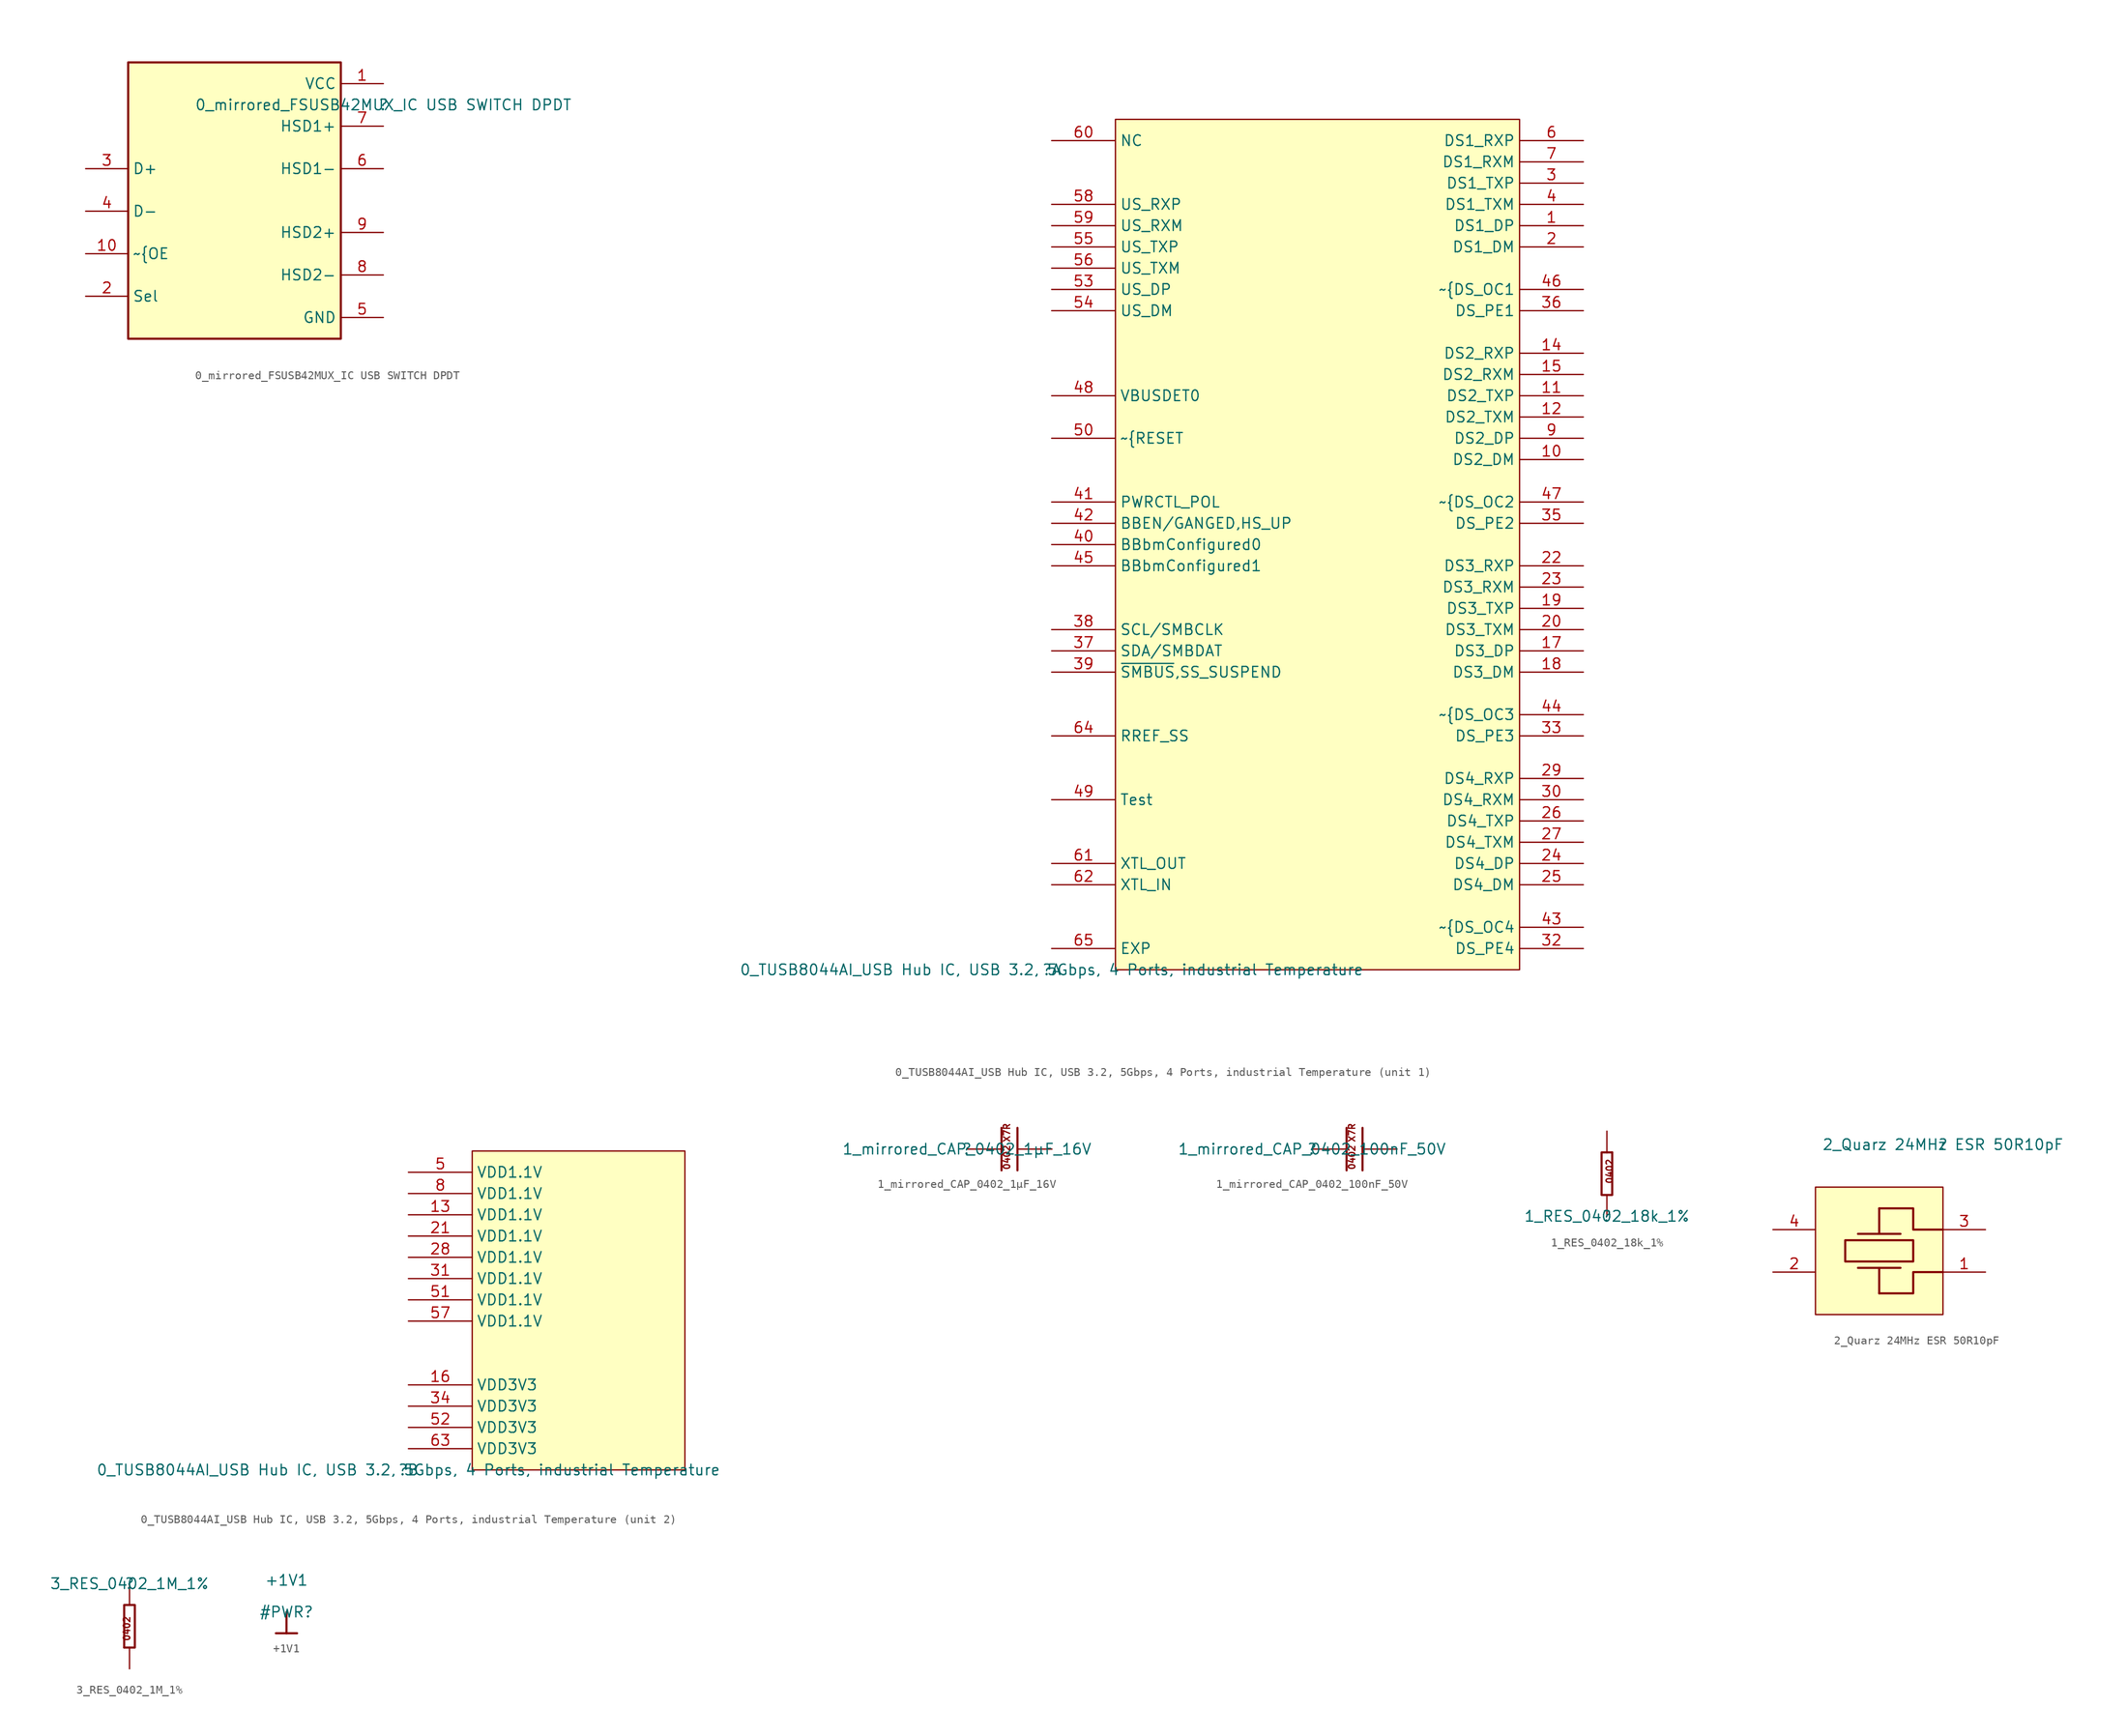
<source format=kicad_sym>
(kicad_symbol_lib
  (version 20211014)
  (generator kicad_symbol_editor)
  (symbol "0_mirrored_FSUSB42MUX_IC USB SWITCH DPDT"
    (property "Reference" ""
      (at 0 0 0)
      (effects (font (size 1.27 1.27))))
    (property "Value" "0_mirrored_FSUSB42MUX_IC USB SWITCH DPDT"
      (at 0 0 0)
      (effects (font (size 1.27 1.27))))
    (symbol "0_mirrored_FSUSB42MUX_IC USB SWITCH DPDT_1_0"
      (rectangle (start -5.08 5.08) (end -30.48 -27.94) (stroke (width 0.254) (type default) (color 0 0 0 0)) (fill (type background)))
      (pin power_in line (at 0 2.54 180) (length 5.08) (name "VCC" (effects (font (size 1.27 1.27)))) (number "1" (effects (font (size 1.27 1.27)))))
      (pin input line (at -35.56 -17.78 0) (length 5.08) (name "~{OE" (effects (font (size 1.27 1.27)))) (number "10" (effects (font (size 1.27 1.27)))))
      (pin input line (at -35.56 -22.86 0) (length 5.08) (name "Sel" (effects (font (size 1.27 1.27)))) (number "2" (effects (font (size 1.27 1.27)))))
      (pin bidirectional line (at -35.56 -7.62 0) (length 5.08) (name "D+" (effects (font (size 1.27 1.27)))) (number "3" (effects (font (size 1.27 1.27)))))
      (pin bidirectional line (at -35.56 -12.7 0) (length 5.08) (name "D-" (effects (font (size 1.27 1.27)))) (number "4" (effects (font (size 1.27 1.27)))))
      (pin power_in line (at 0 -25.4 180) (length 5.08) (name "GND" (effects (font (size 1.27 1.27)))) (number "5" (effects (font (size 1.27 1.27)))))
      (pin bidirectional line (at 0 -7.62 180) (length 5.08) (name "HSD1-" (effects (font (size 1.27 1.27)))) (number "6" (effects (font (size 1.27 1.27)))))
      (pin bidirectional line (at 0 -2.54 180) (length 5.08) (name "HSD1+" (effects (font (size 1.27 1.27)))) (number "7" (effects (font (size 1.27 1.27)))))
      (pin bidirectional line (at 0 -20.32 180) (length 5.08) (name "HSD2-" (effects (font (size 1.27 1.27)))) (number "8" (effects (font (size 1.27 1.27)))))
      (pin bidirectional line (at 0 -15.24 180) (length 5.08) (name "HSD2+" (effects (font (size 1.27 1.27)))) (number "9" (effects (font (size 1.27 1.27)))))))
  (symbol "0_TUSB8044AI_USB Hub IC, USB 3.2, 5Gbps, 4 Ports, industrial Temperature"
    (property "Reference" ""
      (at 0 0 0)
      (effects (font (size 1.27 1.27))))
    (property "Value" "0_TUSB8044AI_USB Hub IC, USB 3.2, 5Gbps, 4 Ports, industrial Temperature"
      (at 0 0 0)
      (effects (font (size 1.27 1.27))))
    (symbol "0_TUSB8044AI_USB Hub IC, USB 3.2, 5Gbps, 4 Ports, industrial Temperature_1_0"
      (rectangle (start 55.88 101.6) (end 7.62 0) (stroke (width 0) (type default) (color 0 0 0 0)) (fill (type background)))
      (pin passive line (at 63.5 88.9 180) (length 7.62) (name "DS1_DP" (effects (font (size 1.27 1.27)))) (number "1" (effects (font (size 1.27 1.27)))))
      (pin passive line (at 63.5 60.96 180) (length 7.62) (name "DS2_DM" (effects (font (size 1.27 1.27)))) (number "10" (effects (font (size 1.27 1.27)))))
      (pin passive line (at 63.5 68.58 180) (length 7.62) (name "DS2_TXP" (effects (font (size 1.27 1.27)))) (number "11" (effects (font (size 1.27 1.27)))))
      (pin passive line (at 63.5 66.04 180) (length 7.62) (name "DS2_TXM" (effects (font (size 1.27 1.27)))) (number "12" (effects (font (size 1.27 1.27)))))
      (pin passive line (at 63.5 73.66 180) (length 7.62) (name "DS2_RXP" (effects (font (size 1.27 1.27)))) (number "14" (effects (font (size 1.27 1.27)))))
      (pin passive line (at 63.5 71.12 180) (length 7.62) (name "DS2_RXM" (effects (font (size 1.27 1.27)))) (number "15" (effects (font (size 1.27 1.27)))))
      (pin passive line (at 63.5 38.1 180) (length 7.62) (name "DS3_DP" (effects (font (size 1.27 1.27)))) (number "17" (effects (font (size 1.27 1.27)))))
      (pin passive line (at 63.5 35.56 180) (length 7.62) (name "DS3_DM" (effects (font (size 1.27 1.27)))) (number "18" (effects (font (size 1.27 1.27)))))
      (pin passive line (at 63.5 43.18 180) (length 7.62) (name "DS3_TXP" (effects (font (size 1.27 1.27)))) (number "19" (effects (font (size 1.27 1.27)))))
      (pin passive line (at 63.5 86.36 180) (length 7.62) (name "DS1_DM" (effects (font (size 1.27 1.27)))) (number "2" (effects (font (size 1.27 1.27)))))
      (pin passive line (at 63.5 40.64 180) (length 7.62) (name "DS3_TXM" (effects (font (size 1.27 1.27)))) (number "20" (effects (font (size 1.27 1.27)))))
      (pin passive line (at 63.5 48.26 180) (length 7.62) (name "DS3_RXP" (effects (font (size 1.27 1.27)))) (number "22" (effects (font (size 1.27 1.27)))))
      (pin passive line (at 63.5 45.72 180) (length 7.62) (name "DS3_RXM" (effects (font (size 1.27 1.27)))) (number "23" (effects (font (size 1.27 1.27)))))
      (pin passive line (at 63.5 12.7 180) (length 7.62) (name "DS4_DP" (effects (font (size 1.27 1.27)))) (number "24" (effects (font (size 1.27 1.27)))))
      (pin passive line (at 63.5 10.16 180) (length 7.62) (name "DS4_DM" (effects (font (size 1.27 1.27)))) (number "25" (effects (font (size 1.27 1.27)))))
      (pin passive line (at 63.5 17.78 180) (length 7.62) (name "DS4_TXP" (effects (font (size 1.27 1.27)))) (number "26" (effects (font (size 1.27 1.27)))))
      (pin passive line (at 63.5 15.24 180) (length 7.62) (name "DS4_TXM" (effects (font (size 1.27 1.27)))) (number "27" (effects (font (size 1.27 1.27)))))
      (pin passive line (at 63.5 22.86 180) (length 7.62) (name "DS4_RXP" (effects (font (size 1.27 1.27)))) (number "29" (effects (font (size 1.27 1.27)))))
      (pin passive line (at 63.5 93.98 180) (length 7.62) (name "DS1_TXP" (effects (font (size 1.27 1.27)))) (number "3" (effects (font (size 1.27 1.27)))))
      (pin passive line (at 63.5 20.32 180) (length 7.62) (name "DS4_RXM" (effects (font (size 1.27 1.27)))) (number "30" (effects (font (size 1.27 1.27)))))
      (pin passive line (at 63.5 2.54 180) (length 7.62) (name "DS_PE4" (effects (font (size 1.27 1.27)))) (number "32" (effects (font (size 1.27 1.27)))))
      (pin passive line (at 63.5 27.94 180) (length 7.62) (name "DS_PE3" (effects (font (size 1.27 1.27)))) (number "33" (effects (font (size 1.27 1.27)))))
      (pin passive line (at 63.5 53.34 180) (length 7.62) (name "DS_PE2" (effects (font (size 1.27 1.27)))) (number "35" (effects (font (size 1.27 1.27)))))
      (pin passive line (at 63.5 78.74 180) (length 7.62) (name "DS_PE1" (effects (font (size 1.27 1.27)))) (number "36" (effects (font (size 1.27 1.27)))))
      (pin passive line (at 0 38.1 0) (length 7.62) (name "SDA/SMBDAT" (effects (font (size 1.27 1.27)))) (number "37" (effects (font (size 1.27 1.27)))))
      (pin passive line (at 0 40.64 0) (length 7.62) (name "SCL/SMBCLK" (effects (font (size 1.27 1.27)))) (number "38" (effects (font (size 1.27 1.27)))))
      (pin passive line (at 0 35.56 0) (length 7.62) (name "~{SMBUS},SS_SUSPEND" (effects (font (size 1.27 1.27)))) (number "39" (effects (font (size 1.27 1.27)))))
      (pin passive line (at 63.5 91.44 180) (length 7.62) (name "DS1_TXM" (effects (font (size 1.27 1.27)))) (number "4" (effects (font (size 1.27 1.27)))))
      (pin passive line (at 0 50.8 0) (length 7.62) (name "BBbmConfigured0" (effects (font (size 1.27 1.27)))) (number "40" (effects (font (size 1.27 1.27)))))
      (pin passive line (at 0 55.88 0) (length 7.62) (name "PWRCTL_POL" (effects (font (size 1.27 1.27)))) (number "41" (effects (font (size 1.27 1.27)))))
      (pin passive line (at 0 53.34 0) (length 7.62) (name "BBEN/GANGED,HS_UP" (effects (font (size 1.27 1.27)))) (number "42" (effects (font (size 1.27 1.27)))))
      (pin passive line (at 63.5 5.08 180) (length 7.62) (name "~{DS_OC4" (effects (font (size 1.27 1.27)))) (number "43" (effects (font (size 1.27 1.27)))))
      (pin passive line (at 63.5 30.48 180) (length 7.62) (name "~{DS_OC3" (effects (font (size 1.27 1.27)))) (number "44" (effects (font (size 1.27 1.27)))))
      (pin passive line (at 0 48.26 0) (length 7.62) (name "BBbmConfigured1" (effects (font (size 1.27 1.27)))) (number "45" (effects (font (size 1.27 1.27)))))
      (pin passive line (at 63.5 81.28 180) (length 7.62) (name "~{DS_OC1" (effects (font (size 1.27 1.27)))) (number "46" (effects (font (size 1.27 1.27)))))
      (pin passive line (at 63.5 55.88 180) (length 7.62) (name "~{DS_OC2" (effects (font (size 1.27 1.27)))) (number "47" (effects (font (size 1.27 1.27)))))
      (pin passive line (at 0 68.58 0) (length 7.62) (name "VBUSDET0" (effects (font (size 1.27 1.27)))) (number "48" (effects (font (size 1.27 1.27)))))
      (pin passive line (at 0 20.32 0) (length 7.62) (name "Test" (effects (font (size 1.27 1.27)))) (number "49" (effects (font (size 1.27 1.27)))))
      (pin passive line (at 0 63.5 0) (length 7.62) (name "~{RESET" (effects (font (size 1.27 1.27)))) (number "50" (effects (font (size 1.27 1.27)))))
      (pin passive line (at 0 81.28 0) (length 7.62) (name "US_DP" (effects (font (size 1.27 1.27)))) (number "53" (effects (font (size 1.27 1.27)))))
      (pin passive line (at 0 78.74 0) (length 7.62) (name "US_DM" (effects (font (size 1.27 1.27)))) (number "54" (effects (font (size 1.27 1.27)))))
      (pin passive line (at 0 86.36 0) (length 7.62) (name "US_TXP" (effects (font (size 1.27 1.27)))) (number "55" (effects (font (size 1.27 1.27)))))
      (pin passive line (at 0 83.82 0) (length 7.62) (name "US_TXM" (effects (font (size 1.27 1.27)))) (number "56" (effects (font (size 1.27 1.27)))))
      (pin passive line (at 0 91.44 0) (length 7.62) (name "US_RXP" (effects (font (size 1.27 1.27)))) (number "58" (effects (font (size 1.27 1.27)))))
      (pin passive line (at 0 88.9 0) (length 7.62) (name "US_RXM" (effects (font (size 1.27 1.27)))) (number "59" (effects (font (size 1.27 1.27)))))
      (pin passive line (at 63.5 99.06 180) (length 7.62) (name "DS1_RXP" (effects (font (size 1.27 1.27)))) (number "6" (effects (font (size 1.27 1.27)))))
      (pin passive line (at 0 99.06 0) (length 7.62) (name "NC" (effects (font (size 1.27 1.27)))) (number "60" (effects (font (size 1.27 1.27)))))
      (pin passive line (at 0 12.7 0) (length 7.62) (name "XTL_OUT" (effects (font (size 1.27 1.27)))) (number "61" (effects (font (size 1.27 1.27)))))
      (pin passive line (at 0 10.16 0) (length 7.62) (name "XTL_IN" (effects (font (size 1.27 1.27)))) (number "62" (effects (font (size 1.27 1.27)))))
      (pin passive line (at 0 27.94 0) (length 7.62) (name "RREF_SS" (effects (font (size 1.27 1.27)))) (number "64" (effects (font (size 1.27 1.27)))))
      (pin passive line (at 0 2.54 0) (length 7.62) (name "EXP" (effects (font (size 1.27 1.27)))) (number "65" (effects (font (size 1.27 1.27)))))
      (pin passive line (at 63.5 96.52 180) (length 7.62) (name "DS1_RXM" (effects (font (size 1.27 1.27)))) (number "7" (effects (font (size 1.27 1.27)))))
      (pin passive line (at 63.5 63.5 180) (length 7.62) (name "DS2_DP" (effects (font (size 1.27 1.27)))) (number "9" (effects (font (size 1.27 1.27))))))
    (symbol "0_TUSB8044AI_USB Hub IC, USB 3.2, 5Gbps, 4 Ports, industrial Temperature_2_0"
      (rectangle (start 33.02 38.1) (end 7.62 0) (stroke (width 0) (type default) (color 0 0 0 0)) (fill (type background)))
      (pin passive line (at 0 30.48 0) (length 7.62) (name "VDD1.1V" (effects (font (size 1.27 1.27)))) (number "13" (effects (font (size 1.27 1.27)))))
      (pin passive line (at 0 10.16 0) (length 7.62) (name "VDD3V3" (effects (font (size 1.27 1.27)))) (number "16" (effects (font (size 1.27 1.27)))))
      (pin passive line (at 0 27.94 0) (length 7.62) (name "VDD1.1V" (effects (font (size 1.27 1.27)))) (number "21" (effects (font (size 1.27 1.27)))))
      (pin passive line (at 0 25.4 0) (length 7.62) (name "VDD1.1V" (effects (font (size 1.27 1.27)))) (number "28" (effects (font (size 1.27 1.27)))))
      (pin passive line (at 0 22.86 0) (length 7.62) (name "VDD1.1V" (effects (font (size 1.27 1.27)))) (number "31" (effects (font (size 1.27 1.27)))))
      (pin passive line (at 0 7.62 0) (length 7.62) (name "VDD3V3" (effects (font (size 1.27 1.27)))) (number "34" (effects (font (size 1.27 1.27)))))
      (pin passive line (at 0 35.56 0) (length 7.62) (name "VDD1.1V" (effects (font (size 1.27 1.27)))) (number "5" (effects (font (size 1.27 1.27)))))
      (pin passive line (at 0 20.32 0) (length 7.62) (name "VDD1.1V" (effects (font (size 1.27 1.27)))) (number "51" (effects (font (size 1.27 1.27)))))
      (pin passive line (at 0 5.08 0) (length 7.62) (name "VDD3V3" (effects (font (size 1.27 1.27)))) (number "52" (effects (font (size 1.27 1.27)))))
      (pin passive line (at 0 17.78 0) (length 7.62) (name "VDD1.1V" (effects (font (size 1.27 1.27)))) (number "57" (effects (font (size 1.27 1.27)))))
      (pin passive line (at 0 2.54 0) (length 7.62) (name "VDD3V3" (effects (font (size 1.27 1.27)))) (number "63" (effects (font (size 1.27 1.27)))))
      (pin passive line (at 0 33.02 0) (length 7.62) (name "VDD1.1V" (effects (font (size 1.27 1.27)))) (number "8" (effects (font (size 1.27 1.27)))))))
  (symbol "1_mirrored_CAP_0402_1µF_16V"
    (property "Reference" ""
      (at 0 0 0)
      (effects (font (size 1.27 1.27))))
    (property "Value" "1_mirrored_CAP_0402_1µF_16V"
      (at 0 0 0)
      (effects (font (size 1.27 1.27))))
    (symbol "1_mirrored_CAP_0402_1µF_16V_1_0"
      (polyline (pts (xy 4.128 -2.54) (xy 4.128 2.54)) (stroke (width 0.254) (type default) (color 0 0 0 0)) (fill (type none)))
      (polyline (pts (xy 6.033 -2.54) (xy 6.033 2.54)) (stroke (width 0.254) (type default) (color 0 0 0 0)) (fill (type none)))
      (text "0402" (at 4.318 -2.54 900) (effects (font (size 0.762 0.762)) (justify left top)))
      (text "X7R" (at 4.318 0.762 900) (effects (font (size 0.762 0.762)) (justify left top)))
      (pin passive line (at 10.16 0 180) (length 4.064) (name "1" (effects (font (size 0 0)))) (number "1" (effects (font (size 0 0)))))
      (pin passive line (at 0 0 0) (length 4.064) (name "2" (effects (font (size 0 0)))) (number "2" (effects (font (size 0 0)))))))
  (symbol "1_mirrored_CAP_0402_100nF_50V"
    (property "Reference" ""
      (at 0 0 0)
      (effects (font (size 1.27 1.27))))
    (property "Value" "1_mirrored_CAP_0402_100nF_50V"
      (at 0 0 0)
      (effects (font (size 1.27 1.27))))
    (symbol "1_mirrored_CAP_0402_100nF_50V_1_0"
      (polyline (pts (xy 4.128 -2.54) (xy 4.128 2.54)) (stroke (width 0.254) (type default) (color 0 0 0 0)) (fill (type none)))
      (polyline (pts (xy 6.033 -2.54) (xy 6.033 2.54)) (stroke (width 0.254) (type default) (color 0 0 0 0)) (fill (type none)))
      (text "0402" (at 4.318 -2.54 900) (effects (font (size 0.762 0.762)) (justify left top)))
      (text "X7R" (at 4.318 0.762 900) (effects (font (size 0.762 0.762)) (justify left top)))
      (pin passive line (at 10.16 0 180) (length 4.064) (name "1" (effects (font (size 0 0)))) (number "1" (effects (font (size 0 0)))))
      (pin passive line (at 0 0 0) (length 4.064) (name "2" (effects (font (size 0 0)))) (number "2" (effects (font (size 0 0)))))))
  (symbol "1_RES_0402_18k_1%"
    (property "Reference" ""
      (at 0 0 0)
      (effects (font (size 1.27 1.27))))
    (property "Value" "1_RES_0402_18k_1%"
      (at 0 0 0)
      (effects (font (size 1.27 1.27))))
    (symbol "1_RES_0402_18k_1%_1_0"
      (polyline (pts (xy 0.635 7.62) (xy 0 7.62)) (stroke (width 0.254) (type default) (color 0 0 0 0)) (fill (type none)))
      (polyline (pts (xy 0 7.62) (xy -0.635 7.62) (xy -0.635 2.54) (xy 0.635 2.54) (xy 0.635 7.62)) (stroke (width 0.254) (type default) (color 0 0 0 0)) (fill (type none)))
      (text "0402" (at 0.762 3.81 900) (effects (font (size 0.762 0.762)) (justify left bottom)))
      (pin passive line (at 0 0 90) (length 2.54) (name "1" (effects (font (size 0 0)))) (number "1" (effects (font (size 0 0)))))
      (pin passive line (at 0 10.16 270) (length 2.54) (name "2" (effects (font (size 0 0)))) (number "2" (effects (font (size 0 0)))))))
  (symbol "2_Quarz 24MHz ESR 50R10pF"
    (property "Reference" ""
      (at 0 0 0)
      (effects (font (size 1.27 1.27))))
    (property "Value" "2_Quarz 24MHz ESR 50R10pF"
      (at 0 0 0)
      (effects (font (size 1.27 1.27))))
    (symbol "2_Quarz 24MHz ESR 50R10pF_1_0"
      (rectangle (start 0 -5.08) (end -15.24 -20.32) (stroke (width 0) (type default) (color 0 0 0 0)) (fill (type background)))
      (polyline (pts (xy -10.16 -14.732) (xy -7.62 -14.732)) (stroke (width 0.254) (type default) (color 0 0 0 0)) (fill (type none)))
      (polyline (pts (xy -10.16 -10.668) (xy -7.62 -10.668)) (stroke (width 0.254) (type default) (color 0 0 0 0)) (fill (type none)))
      (polyline (pts (xy -7.62 -17.78) (xy -7.62 -14.732)) (stroke (width 0.254) (type default) (color 0 0 0 0)) (fill (type none)))
      (polyline (pts (xy -7.62 -14.732) (xy -5.08 -14.732)) (stroke (width 0.254) (type default) (color 0 0 0 0)) (fill (type none)))
      (polyline (pts (xy -7.62 -10.668) (xy -5.08 -10.668)) (stroke (width 0.254) (type default) (color 0 0 0 0)) (fill (type none)))
      (polyline (pts (xy -7.62 -7.62) (xy -7.62 -10.668)) (stroke (width 0.254) (type default) (color 0 0 0 0)) (fill (type none)))
      (polyline (pts (xy 0 -15.24) (xy -3.556 -15.24) (xy -3.556 -17.78) (xy -7.62 -17.78)) (stroke (width 0.254) (type default) (color 0 0 0 0)) (fill (type none)))
      (polyline (pts (xy 0 -10.16) (xy -3.556 -10.16) (xy -3.556 -7.62) (xy -7.62 -7.62)) (stroke (width 0.254) (type default) (color 0 0 0 0)) (fill (type none)))
      (polyline (pts (xy -3.556 -11.43) (xy -3.556 -13.97) (xy -11.684 -13.97) (xy -11.684 -11.43) (xy -3.556 -11.43)) (stroke (width 0.254) (type default) (color 0 0 0 0)) (fill (type none)))
      (pin passive line (at 5.08 -15.24 180) (length 5.08) (name "1" (effects (font (size 0 0)))) (number "1" (effects (font (size 1.27 1.27)))))
      (pin passive line (at -20.32 -15.24 0) (length 5.08) (name "2" (effects (font (size 0 0)))) (number "2" (effects (font (size 1.27 1.27)))))
      (pin passive line (at 5.08 -10.16 180) (length 5.08) (name "3" (effects (font (size 0 0)))) (number "3" (effects (font (size 1.27 1.27)))))
      (pin passive line (at -20.32 -10.16 0) (length 5.08) (name "4" (effects (font (size 0 0)))) (number "4" (effects (font (size 1.27 1.27)))))))
  (symbol "3_RES_0402_1M_1%"
    (property "Reference" ""
      (at 0 0 0)
      (effects (font (size 1.27 1.27))))
    (property "Value" "3_RES_0402_1M_1%"
      (at 0 0 0)
      (effects (font (size 1.27 1.27))))
    (symbol "3_RES_0402_1M_1%_1_0"
      (polyline (pts (xy -0.635 -7.62) (xy 0 -7.62)) (stroke (width 0.254) (type default) (color 0 0 0 0)) (fill (type none)))
      (polyline (pts (xy 0 -7.62) (xy 0.635 -7.62) (xy 0.635 -2.54) (xy -0.635 -2.54) (xy -0.635 -7.62)) (stroke (width 0.254) (type default) (color 0 0 0 0)) (fill (type none)))
      (text "0402" (at -0.762 -3.81 900) (effects (font (size 0.762 0.762)) (justify right top)))
      (pin passive line (at 0 0 270) (length 2.54) (name "1" (effects (font (size 0 0)))) (number "1" (effects (font (size 0 0)))))
      (pin passive line (at 0 -10.16 90) (length 2.54) (name "2" (effects (font (size 0 0)))) (number "2" (effects (font (size 0 0)))))))
  (symbol "+1V1"
    (power)
    (property "Reference" "#PWR"
      (at 0 0 0)
      (effects (font (size 1.27 1.27))))
    (property "Value" "+1V1"
      (at 0 3.81 0)
      (effects (font (size 1.27 1.27))))
    (symbol "+1V1_0_0"
      (polyline (pts (xy -1.27 -2.54) (xy 1.27 -2.54)) (stroke (width 0.254) (type default) (color 0 0 0 0)) (fill (type none)))
      (polyline (pts (xy 0 0) (xy 0 -2.54)) (stroke (width 0.254) (type default) (color 0 0 0 0)) (fill (type none)))
      (pin power_in line (at 0 0 0) (length 0) hide (name "+1V1" (effects (font (size 1.27 1.27)))) (number "" (effects (font (size 1.27 1.27))))))))
</source>
